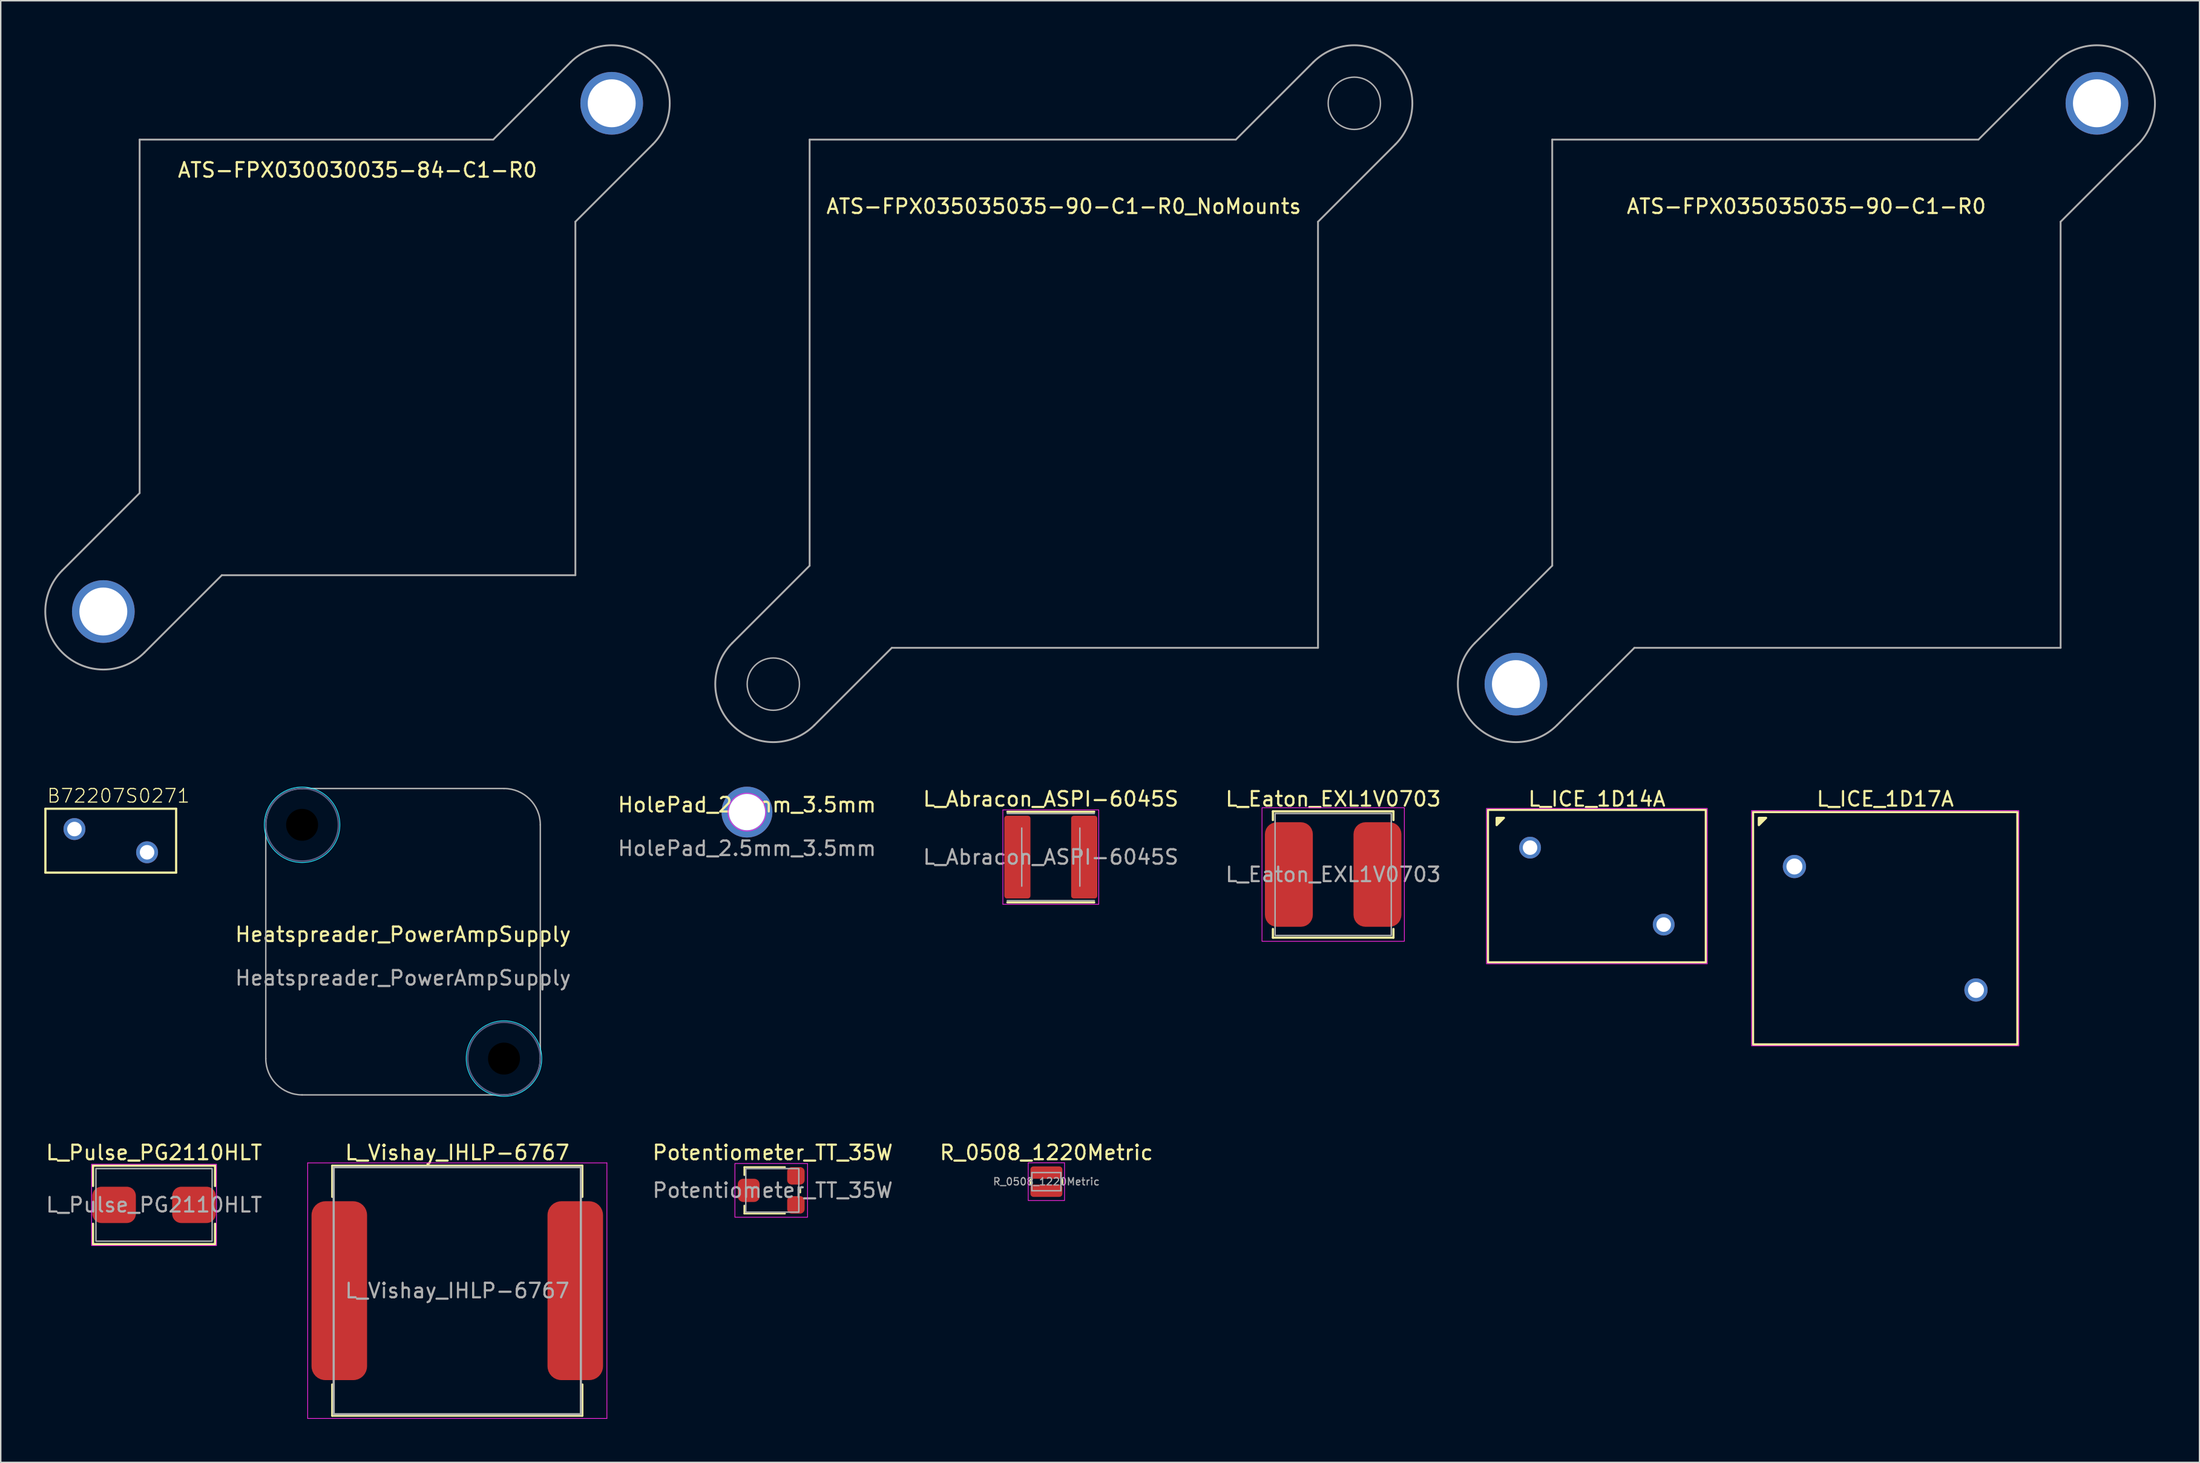
<source format=kicad_pcb>
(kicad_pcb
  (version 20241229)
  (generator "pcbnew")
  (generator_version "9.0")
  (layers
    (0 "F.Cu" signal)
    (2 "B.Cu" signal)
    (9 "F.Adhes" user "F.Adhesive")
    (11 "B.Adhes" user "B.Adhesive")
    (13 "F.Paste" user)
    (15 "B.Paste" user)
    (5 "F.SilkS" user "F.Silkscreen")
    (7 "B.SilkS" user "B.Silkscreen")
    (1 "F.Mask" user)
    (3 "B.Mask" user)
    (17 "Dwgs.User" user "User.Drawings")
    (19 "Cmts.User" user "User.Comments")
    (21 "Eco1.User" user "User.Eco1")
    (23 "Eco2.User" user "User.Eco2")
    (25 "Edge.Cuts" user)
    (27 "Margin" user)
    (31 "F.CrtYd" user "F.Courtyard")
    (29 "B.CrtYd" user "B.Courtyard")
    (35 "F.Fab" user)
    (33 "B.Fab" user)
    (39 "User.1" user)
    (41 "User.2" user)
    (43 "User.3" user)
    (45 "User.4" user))
  (footprint "L_Vishay_IHLP-6767"
    (layer "F.Cu")
    (at 28.432 85.834)
    (property "Reference" "L_Vishay_IHLP-6767" (at 0 -9.509 0) (layer "F.SilkS") (effects (font (size 1 1) (thickness 0.15))))
    (attr smd)
    (fp_line (start -8.609 -8.609) (end 8.609 -8.609) (stroke (width 0.15) (type solid)) (layer "F.SilkS"))
    (fp_line (start -8.609 -6.46) (end -8.609 -8.609) (stroke (width 0.15) (type solid)) (layer "F.SilkS"))
    (fp_line (start -8.609 6.46) (end -8.609 8.609) (stroke (width 0.15) (type solid)) (layer "F.SilkS"))
    (fp_line (start -8.609 8.609) (end 8.609 8.609) (stroke (width 0.15) (type solid)) (layer "F.SilkS"))
    (fp_line (start 8.609 -8.609) (end 8.609 -6.46) (stroke (width 0.15) (type solid)) (layer "F.SilkS"))
    (fp_line (start 8.609 8.609) (end 8.609 6.46) (stroke (width 0.15) (type solid)) (layer "F.SilkS"))
    (fp_line (start -10.3 -8.8) (end -10.3 8.8) (stroke (width 0.05) (type solid)) (layer "F.CrtYd"))
    (fp_line (start -10.3 8.8) (end 10.3 8.8) (stroke (width 0.05) (type solid)) (layer "F.CrtYd"))
    (fp_line (start 10.3 -8.8) (end -10.3 -8.8) (stroke (width 0.05) (type solid)) (layer "F.CrtYd"))
    (fp_line (start 10.3 8.8) (end 10.3 -8.8) (stroke (width 0.05) (type solid)) (layer "F.CrtYd"))
    (fp_line (start -8.509 -8.509) (end -8.509 8.509) (stroke (width 0.15) (type solid)) (layer "F.Fab"))
    (fp_line (start -8.509 8.509) (end 8.509 8.509) (stroke (width 0.15) (type solid)) (layer "F.Fab"))
    (fp_line (start 8.509 -8.509) (end -8.509 -8.509) (stroke (width 0.15) (type solid)) (layer "F.Fab"))
    (fp_line (start 8.509 8.509) (end 8.509 -8.509) (stroke (width 0.15) (type solid)) (layer "F.Fab"))
    (fp_text user "${REFERENCE}" (at 0 0 0) (layer "F.Fab") (effects (font (size 1 1) (thickness 0.15))))
    (pad "1" smd roundrect (at -8.123 0) (size 3.825 12.32) (layers "F.Cu" "F.Mask" "F.Paste") (roundrect_rratio 0.25))
    (pad "2" smd roundrect (at 8.123 0) (size 3.825 12.32) (layers "F.Cu" "F.Mask" "F.Paste") (roundrect_rratio 0.25)))
  (footprint "ATS-FPX035035035-90-C1-R0_NoMounts"
    (layer "F.Cu")
    (at 70.189 24.063)
    (property "Reference" "ATS-FPX035035035-90-C1-R0_NoMounts" (at 0 -12.9 0) (layer "F.SilkS") (effects (font (size 1 1) (thickness 0.15))))
    (fp_line (start -22.828 17.172) (end -17.5 11.843) (stroke (width 0.127) (type solid)) (layer "F.Fab"))
    (fp_line (start -17.5 -17.5) (end 11.843 -17.5) (stroke (width 0.127) (type solid)) (layer "F.Fab"))
    (fp_line (start -17.5 11.843) (end -17.5 -17.5) (stroke (width 0.127) (type solid)) (layer "F.Fab"))
    (fp_line (start -11.843 17.5) (end -17.172 22.828) (stroke (width 0.127) (type solid)) (layer "F.Fab"))
    (fp_line (start 11.843 -17.5) (end 17.172 -22.828) (stroke (width 0.127) (type solid)) (layer "F.Fab"))
    (fp_line (start 17.5 -11.843) (end 17.5 17.5) (stroke (width 0.127) (type solid)) (layer "F.Fab"))
    (fp_line (start 17.5 17.5) (end -11.843 17.5) (stroke (width 0.127) (type solid)) (layer "F.Fab"))
    (fp_line (start 22.828 -17.172) (end 17.5 -11.843) (stroke (width 0.127) (type solid)) (layer "F.Fab"))
    (fp_arc (start -17.172 22.828) (mid -22.828 22.828) (end -22.828 17.172) (stroke (width 0.127) (type solid)) (layer "F.Fab"))
    (fp_arc (start 17.172 -22.828) (mid 22.828 -22.828) (end 22.828 -17.172) (stroke (width 0.127) (type solid)) (layer "F.Fab"))
    (fp_circle (center -20 20) (end -18.2 20) (stroke (width 0.1) (type default)) (fill no) (layer "F.Fab"))
    (fp_circle (center 20 -20) (end 21.8 -20) (stroke (width 0.1) (type default)) (fill no) (layer "F.Fab")))
  (footprint "L_Eaton_EXL1V0703"
    (layer "F.Cu")
    (at 88.733 57.174)
    (property "Reference" "L_Eaton_EXL1V0703" (at 0 -5.2 0) (layer "F.SilkS") (effects (font (size 1 1) (thickness 0.15))))
    (attr smd)
    (fp_line (start -4.15 -4.35) (end -4.15 -3.75) (stroke (width 0.15) (type default)) (layer "F.SilkS"))
    (fp_line (start -4.15 -4.35) (end 4.15 -4.35) (stroke (width 0.15) (type default)) (layer "F.SilkS"))
    (fp_line (start -4.15 4.35) (end -4.15 3.75) (stroke (width 0.15) (type default)) (layer "F.SilkS"))
    (fp_line (start -4.15 4.35) (end 4.15 4.35) (stroke (width 0.15) (type default)) (layer "F.SilkS"))
    (fp_line (start 4.15 -4.35) (end 4.15 -3.75) (stroke (width 0.15) (type default)) (layer "F.SilkS"))
    (fp_line (start 4.15 4.35) (end 4.15 3.75) (stroke (width 0.15) (type default)) (layer "F.SilkS"))
    (fp_rect (start -4.9 -4.6) (end 4.9 4.6) (stroke (width 0.05) (type default)) (fill no) (layer "F.CrtYd"))
    (fp_rect (start -4 -4.2) (end 4 4.2) (stroke (width 0.1) (type default)) (fill no) (layer "F.Fab"))
    (fp_text user "${REFERENCE}" (at 0 0 0) (layer "F.Fab") (effects (font (size 1 1) (thickness 0.15))))
    (pad "1" smd roundrect (at -3.05 0) (size 3.3 7.2) (layers "F.Cu" "F.Mask" "F.Paste") (roundrect_rratio 0.25))
    (pad "2" smd roundrect (at 3.05 0) (size 3.3 7.2) (layers "F.Cu" "F.Mask" "F.Paste") (roundrect_rratio 0.25)))
  (footprint "R_0508_1220Metric"
    (layer "F.Cu")
    (at 68.989 78.325)
    (property "Reference" "R_0508_1220Metric" (at 0 -2 0) (layer "F.SilkS") (effects (font (size 1 1) (thickness 0.15))))
    (attr smd)
    (fp_line (start -1.1 0.15) (end -1.1 -0.15) (stroke (width 0.12) (type solid)) (layer "F.SilkS"))
    (fp_line (start 1.1 0.15) (end 1.1 -0.15) (stroke (width 0.12) (type solid)) (layer "F.SilkS"))
    (fp_rect (start -1.25 -1.3) (end 1.25 1.3) (stroke (width 0.05) (type default)) (fill no) (layer "F.CrtYd"))
    (fp_line (start -1 -0.625) (end 1 -0.625) (stroke (width 0.1) (type solid)) (layer "F.Fab"))
    (fp_line (start -1 0.625) (end -1 -0.625) (stroke (width 0.1) (type solid)) (layer "F.Fab"))
    (fp_line (start 1 -0.625) (end 1 0.625) (stroke (width 0.1) (type solid)) (layer "F.Fab"))
    (fp_line (start 1 0.625) (end -1 0.625) (stroke (width 0.1) (type solid)) (layer "F.Fab"))
    (fp_text user "${REFERENCE}" (at 0 0 0) (layer "F.Fab") (effects (font (size 0.5 0.5) (thickness 0.08))))
    (pad "1" smd roundrect (at 0 -0.625) (size 2.2 0.85) (layers "F.Cu" "F.Mask" "F.Paste") (roundrect_rratio 0.244))
    (pad "2" smd roundrect (at 0 0.625) (size 2.2 0.85) (layers "F.Cu" "F.Mask" "F.Paste") (roundrect_rratio 0.244)))
  (footprint "HolePad_2.5mm_3.5mm"
    (layer "F.Cu")
    (at 48.376 52.876)
    (property "Reference" "HolePad_2.5mm_3.5mm" (at 0 -0.5 0) (unlocked yes) (layer "F.SilkS") (effects (font (size 1 1) (thickness 0.15))))
    (attr through_hole)
    (fp_circle (center 0 0) (end 1.3 0) (stroke (width 0.05) (type default)) (fill no) (layer "F.CrtYd"))
    (fp_text user "${REFERENCE}" (at 0 2.5 0) (unlocked yes) (layer "F.Fab") (effects (font (size 1 1) (thickness 0.15))))
    (pad "1" thru_hole circle (at 0 0) (size 3.5 3.5) (drill 2.5) (layers "*.Cu" "*.Mask")))
  (footprint "B72207S0271"
    (layer "F.Cu")
    (at 4.576 54.844)
    (property "Reference" "B72207S0271" (at -4.445 -2.54 0) (layer "F.SilkS") (effects (font (size 0.935 0.935) (thickness 0.081)) (justify left bottom)))
    (fp_line (start -4.5 -2.2) (end -4.5 2.2) (stroke (width 0.152) (type solid)) (layer "F.SilkS"))
    (fp_line (start -4.5 2.2) (end 4.5 2.2) (stroke (width 0.152) (type solid)) (layer "F.SilkS"))
    (fp_line (start 4.5 -2.2) (end -4.5 -2.2) (stroke (width 0.152) (type solid)) (layer "F.SilkS"))
    (fp_line (start 4.5 2.2) (end 4.5 -2.2) (stroke (width 0.152) (type solid)) (layer "F.SilkS"))
    (pad "1" thru_hole circle (at -2.5 -0.8) (size 1.508 1.508) (drill 1) (layers "*.Cu" "*.Mask"))
    (pad "2" thru_hole circle (at 2.5 0.8) (size 1.508 1.508) (drill 1) (layers "*.Cu" "*.Mask")))
  (footprint "L_ICE_1D14A"
    (layer "F.Cu")
    (at 106.888 57.974)
    (property "Reference" "L_ICE_1D14A" (at 0 -6 0) (layer "F.SilkS") (effects (font (size 1 1) (thickness 0.15))))
    (fp_rect (start -7.5 -5.25) (end 7.5 5.25) (stroke (width 0.15) (type default)) (fill no) (layer "F.SilkS"))
    (fp_poly (pts (xy -6.9 -4.7) (xy -6.9 -4.2) (xy -6.4 -4.7)) (stroke (width 0.15) (type solid)) (fill yes) (layer "F.SilkS"))
    (fp_rect (start -7.6 -5.35) (end 7.6 5.35) (stroke (width 0.05) (type default)) (fill no) (layer "F.CrtYd"))
    (pad "1" thru_hole circle (at -4.6 -2.65) (size 1.5 1.5) (drill 1) (layers "*.Cu" "*.Mask"))
    (pad "2" thru_hole circle (at 4.6 2.65) (size 1.5 1.5) (drill 1) (layers "*.Cu" "*.Mask")))
  (footprint "L_ICE_1D17A"
    (layer "F.Cu")
    (at 126.738 60.874)
    (property "Reference" "L_ICE_1D17A" (at 0 -8.9 0) (layer "F.SilkS") (effects (font (size 1 1) (thickness 0.15))))
    (fp_rect (start -9.1 -8) (end 9.1 8) (stroke (width 0.15) (type default)) (fill no) (layer "F.SilkS"))
    (fp_poly (pts (xy -8.7 -7.6) (xy -8.7 -7.1) (xy -8.2 -7.6)) (stroke (width 0.15) (type solid)) (fill yes) (layer "F.SilkS"))
    (fp_rect (start -9.2 -8.1) (end 9.2 8.1) (stroke (width 0.05) (type default)) (fill no) (layer "F.CrtYd"))
    (pad "1" thru_hole circle (at -6.25 -4.25) (size 1.6 1.6) (drill 1.1) (layers "*.Cu" "*.Mask"))
    (pad "2" thru_hole circle (at 6.25 4.25) (size 1.6 1.6) (drill 1.1) (layers "*.Cu" "*.Mask")))
  (footprint "Potentiometer_TT_35W"
    (layer "F.Cu")
    (at 50.144 78.925)
    (property "Reference" "Potentiometer_TT_35W" (at 0 -2.6 0) (layer "F.SilkS") (effects (font (size 1 1) (thickness 0.15))))
    (attr smd)
    (fp_line (start -1.95 -1.6) (end -1.95 -1.05) (stroke (width 0.12) (type solid)) (layer "F.SilkS"))
    (fp_line (start -1.95 -1.6) (end 0.85 -1.6) (stroke (width 0.12) (type solid)) (layer "F.SilkS"))
    (fp_line (start -1.95 1.05) (end -1.95 1.6) (stroke (width 0.12) (type solid)) (layer "F.SilkS"))
    (fp_line (start -1.95 1.6) (end 0.85 1.6) (stroke (width 0.12) (type solid)) (layer "F.SilkS"))
    (fp_line (start 1.9 -0.15) (end 1.9 0.15) (stroke (width 0.12) (type solid)) (layer "F.SilkS"))
    (fp_rect (start -2.6 -1.85) (end 2.4 1.85) (stroke (width 0.05) (type default)) (fill no) (layer "F.CrtYd"))
    (fp_rect (start -1.85 -1.5) (end 1.8 1.5) (stroke (width 0.1) (type default)) (fill no) (layer "F.Fab"))
    (fp_text user "${REFERENCE}" (at 0 0 0) (layer "F.Fab") (effects (font (size 1 1) (thickness 0.15))))
    (pad "1" smd roundrect (at 1.6 1) (size 1.2 1.2) (layers "F.Cu" "F.Mask" "F.Paste") (roundrect_rratio 0.25))
    (pad "2" smd roundrect (at -1.65 0) (size 1.5 1.6) (layers "F.Cu" "F.Mask" "F.Paste") (roundrect_rratio 0.25))
    (pad "3" smd roundrect (at 1.6 -1) (size 1.2 1.2) (layers "F.Cu" "F.Mask" "F.Paste") (roundrect_rratio 0.25)))
  (footprint "ATS-FPX030030035-84-C1-R0"
    (layer "F.Cu")
    (at 21.563 21.563)
    (property "Reference" "ATS-FPX030030035-84-C1-R0" (at 0 -12.9 0) (layer "F.SilkS") (effects (font (size 1 1) (thickness 0.15))))
    (fp_line (start -20.328 14.672) (end -15 9.343) (stroke (width 0.127) (type solid)) (layer "F.Fab"))
    (fp_line (start -15 -15) (end 9.343 -15) (stroke (width 0.127) (type solid)) (layer "F.Fab"))
    (fp_line (start -15 9.343) (end -15 -15) (stroke (width 0.127) (type solid)) (layer "F.Fab"))
    (fp_line (start -9.343 15) (end -14.672 20.328) (stroke (width 0.127) (type solid)) (layer "F.Fab"))
    (fp_line (start 9.343 -15) (end 14.672 -20.328) (stroke (width 0.127) (type solid)) (layer "F.Fab"))
    (fp_line (start 15 -9.343) (end 15 15) (stroke (width 0.127) (type solid)) (layer "F.Fab"))
    (fp_line (start 15 15) (end -9.343 15) (stroke (width 0.127) (type solid)) (layer "F.Fab"))
    (fp_line (start 20.328 -14.672) (end 15 -9.343) (stroke (width 0.127) (type solid)) (layer "F.Fab"))
    (fp_arc (start -14.672 20.328) (mid -20.328 20.328) (end -20.328 14.672) (stroke (width 0.127) (type solid)) (layer "F.Fab"))
    (fp_arc (start 14.672 -20.328) (mid 20.328 -20.328) (end 20.328 -14.672) (stroke (width 0.127) (type solid)) (layer "F.Fab"))
    (pad "M" thru_hole circle (at -17.5 17.5) (size 4.316 4.316) (drill 3.3) (layers "*.Cu" "*.Mask"))
    (pad "M" thru_hole circle (at 17.5 -17.5) (size 4.316 4.316) (drill 3.3) (layers "*.Cu" "*.Mask")))
  (footprint "L_Abracon_ASPI-6045S"
    (layer "F.Cu")
    (at 69.293 55.974)
    (property "Reference" "L_Abracon_ASPI-6045S" (at 0 -4 0) (layer "F.SilkS") (effects (font (size 1 1) (thickness 0.15))))
    (attr smd)
    (fp_line (start -2.99 -3.12) (end 2.99 -3.12) (stroke (width 0.15) (type solid)) (layer "F.SilkS"))
    (fp_line (start -2.99 3.12) (end 2.99 3.12) (stroke (width 0.15) (type solid)) (layer "F.SilkS"))
    (fp_line (start -3.3 -3.25) (end -3.3 3.25) (stroke (width 0.05) (type solid)) (layer "F.CrtYd"))
    (fp_line (start -3.3 3.25) (end 3.3 3.25) (stroke (width 0.05) (type solid)) (layer "F.CrtYd"))
    (fp_line (start 3.3 -3.25) (end -3.3 -3.25) (stroke (width 0.05) (type solid)) (layer "F.CrtYd"))
    (fp_line (start 3.3 3.25) (end 3.3 -3.25) (stroke (width 0.05) (type solid)) (layer "F.CrtYd"))
    (fp_line (start -3 -3) (end 3 -3) (stroke (width 0.1) (type solid)) (layer "F.Fab"))
    (fp_line (start -2 2) (end -2 -2) (stroke (width 0.1) (type solid)) (layer "F.Fab"))
    (fp_line (start 2 -2) (end 2 2) (stroke (width 0.1) (type solid)) (layer "F.Fab"))
    (fp_line (start 3 3) (end -3 3) (stroke (width 0.1) (type solid)) (layer "F.Fab"))
    (fp_text user "${REFERENCE}" (at 0 0 0) (layer "F.Fab") (effects (font (size 1 1) (thickness 0.15))))
    (pad "1" smd roundrect (at -2.3 0) (size 1.8 5.7) (layers "F.Cu" "F.Mask" "F.Paste") (roundrect_rratio 0.1))
    (pad "2" smd roundrect (at 2.3 0) (size 1.8 5.7) (layers "F.Cu" "F.Mask" "F.Paste") (roundrect_rratio 0.1)))
  (footprint "Heatspreader_PowerAmpSupply"
    (layer "F.Cu")
    (at 24.698 61.801)
    (property "Reference" "Heatspreader_PowerAmpSupply" (at 0 -0.5 0) (unlocked yes) (layer "F.SilkS") (effects (font (size 1 1) (thickness 0.15))))
    (attr board_only)
    (fp_circle (center -6.95 -8.05) (end -9.55 -8.1) (stroke (width 0.05) (type default)) (fill no) (layer "B.CrtYd"))
    (fp_circle (center 6.95 8.05) (end 9.55 8.1) (stroke (width 0.05) (type default)) (fill no) (layer "B.CrtYd"))
    (fp_circle (center -6.95 -8.05) (end -4.45 -8.05) (stroke (width 0.1) (type default)) (fill no) (layer "B.Fab"))
    (fp_circle (center 6.95 8.05) (end 9.45 8.05) (stroke (width 0.1) (type default)) (fill no) (layer "B.Fab"))
    (fp_line (start -9.45 -8.05) (end -9.45 8.05) (stroke (width 0.1) (type default)) (layer "F.Fab"))
    (fp_line (start -6.95 10.55) (end 6.95 10.55) (stroke (width 0.1) (type default)) (layer "F.Fab"))
    (fp_line (start 6.95 -10.55) (end -6.95 -10.55) (stroke (width 0.1) (type default)) (layer "F.Fab"))
    (fp_line (start 9.45 8.05) (end 9.45 -8.05) (stroke (width 0.1) (type default)) (layer "F.Fab"))
    (fp_arc (start -9.45 -8.05) (mid -8.717767 -9.817767) (end -6.95 -10.55) (stroke (width 0.1) (type default)) (layer "F.Fab"))
    (fp_arc (start -6.95 10.55) (mid -8.717767 9.817767) (end -9.45 8.05) (stroke (width 0.1) (type default)) (layer "F.Fab"))
    (fp_arc (start 6.95 -10.55) (mid 8.717767 -9.817767) (end 9.45 -8.05) (stroke (width 0.1) (type default)) (layer "F.Fab"))
    (fp_arc (start 9.45 8.05) (mid 8.717767 9.817767) (end 6.95 10.55) (stroke (width 0.1) (type default)) (layer "F.Fab"))
    (fp_text user "${REFERENCE}" (at 0 2.5 0) (unlocked yes) (layer "F.Fab") (effects (font (size 1 1) (thickness 0.15))))
    (pad "" np_thru_hole circle (at -6.95 -8.05) (size 2.2 2.2) (drill 2.2) (layers "*.Mask"))
    (pad "" np_thru_hole circle (at 6.95 8.05) (size 2.2 2.2) (drill 2.2) (layers "*.Mask")))
  (footprint "L_Pulse_PG2110HLT"
    (layer "F.Cu")
    (at 7.554 79.925)
    (property "Reference" "L_Pulse_PG2110HLT" (at 0 -3.6 0) (unlocked yes) (layer "F.SilkS") (effects (font (size 1 1) (thickness 0.15))))
    (attr smd)
    (fp_line (start -4.2 -2.7) (end 4.2 -2.7) (stroke (width 0.15) (type default)) (layer "F.SilkS"))
    (fp_line (start -4.2 -1.3) (end -4.2 -2.7) (stroke (width 0.15) (type default)) (layer "F.SilkS"))
    (fp_line (start -4.2 1.3) (end -4.2 2.7) (stroke (width 0.15) (type default)) (layer "F.SilkS"))
    (fp_line (start -4.2 2.7) (end 4.2 2.7) (stroke (width 0.15) (type default)) (layer "F.SilkS"))
    (fp_line (start 4.2 -2.7) (end 4.2 -1.3) (stroke (width 0.15) (type default)) (layer "F.SilkS"))
    (fp_line (start 4.2 2.7) (end 4.2 1.3) (stroke (width 0.15) (type default)) (layer "F.SilkS"))
    (fp_rect (start -4.3 -2.8) (end 4.3 2.8) (stroke (width 0.05) (type default)) (fill no) (layer "F.CrtYd"))
    (fp_rect (start -4 -2.5) (end 4 2.5) (stroke (width 0.1) (type default)) (fill no) (layer "F.Fab"))
    (fp_text user "${REFERENCE}" (at 0 0 0) (unlocked yes) (layer "F.Fab") (effects (font (size 1 1) (thickness 0.15))))
    (pad "1" smd roundrect (at -2.75 0) (size 3 2.5) (layers "F.Cu" "F.Mask" "F.Paste") (roundrect_rratio 0.25))
    (pad "2" smd roundrect (at 2.75 0) (size 3 2.5) (layers "F.Cu" "F.Mask" "F.Paste") (roundrect_rratio 0.25)))
  (footprint "ATS-FPX035035035-90-C1-R0"
    (layer "F.Cu")
    (at 121.314 24.063)
    (property "Reference" "ATS-FPX035035035-90-C1-R0" (at 0 -12.9 0) (layer "F.SilkS") (effects (font (size 1 1) (thickness 0.15))))
    (fp_line (start -22.828 17.172) (end -17.5 11.843) (stroke (width 0.127) (type solid)) (layer "F.Fab"))
    (fp_line (start -17.5 -17.5) (end 11.843 -17.5) (stroke (width 0.127) (type solid)) (layer "F.Fab"))
    (fp_line (start -17.5 11.843) (end -17.5 -17.5) (stroke (width 0.127) (type solid)) (layer "F.Fab"))
    (fp_line (start -11.843 17.5) (end -17.172 22.828) (stroke (width 0.127) (type solid)) (layer "F.Fab"))
    (fp_line (start 11.843 -17.5) (end 17.172 -22.828) (stroke (width 0.127) (type solid)) (layer "F.Fab"))
    (fp_line (start 17.5 -11.843) (end 17.5 17.5) (stroke (width 0.127) (type solid)) (layer "F.Fab"))
    (fp_line (start 17.5 17.5) (end -11.843 17.5) (stroke (width 0.127) (type solid)) (layer "F.Fab"))
    (fp_line (start 22.828 -17.172) (end 17.5 -11.843) (stroke (width 0.127) (type solid)) (layer "F.Fab"))
    (fp_arc (start -17.172 22.828) (mid -22.828 22.828) (end -22.828 17.172) (stroke (width 0.127) (type solid)) (layer "F.Fab"))
    (fp_arc (start 17.172 -22.828) (mid 22.828 -22.828) (end 22.828 -17.172) (stroke (width 0.127) (type solid)) (layer "F.Fab"))
    (pad "M" thru_hole circle (at -20 20) (size 4.316 4.316) (drill 3.3) (layers "*.Cu" "*.Mask"))
    (pad "M" thru_hole circle (at 20 -20) (size 4.316 4.316) (drill 3.3) (layers "*.Cu" "*.Mask")))
  (gr_rect
    (start -3 -3)
    (end 148.377 97.659)
    (stroke (width 0.1) (type default))
    (fill no)
    (layer "Edge.Cuts")))
</source>
